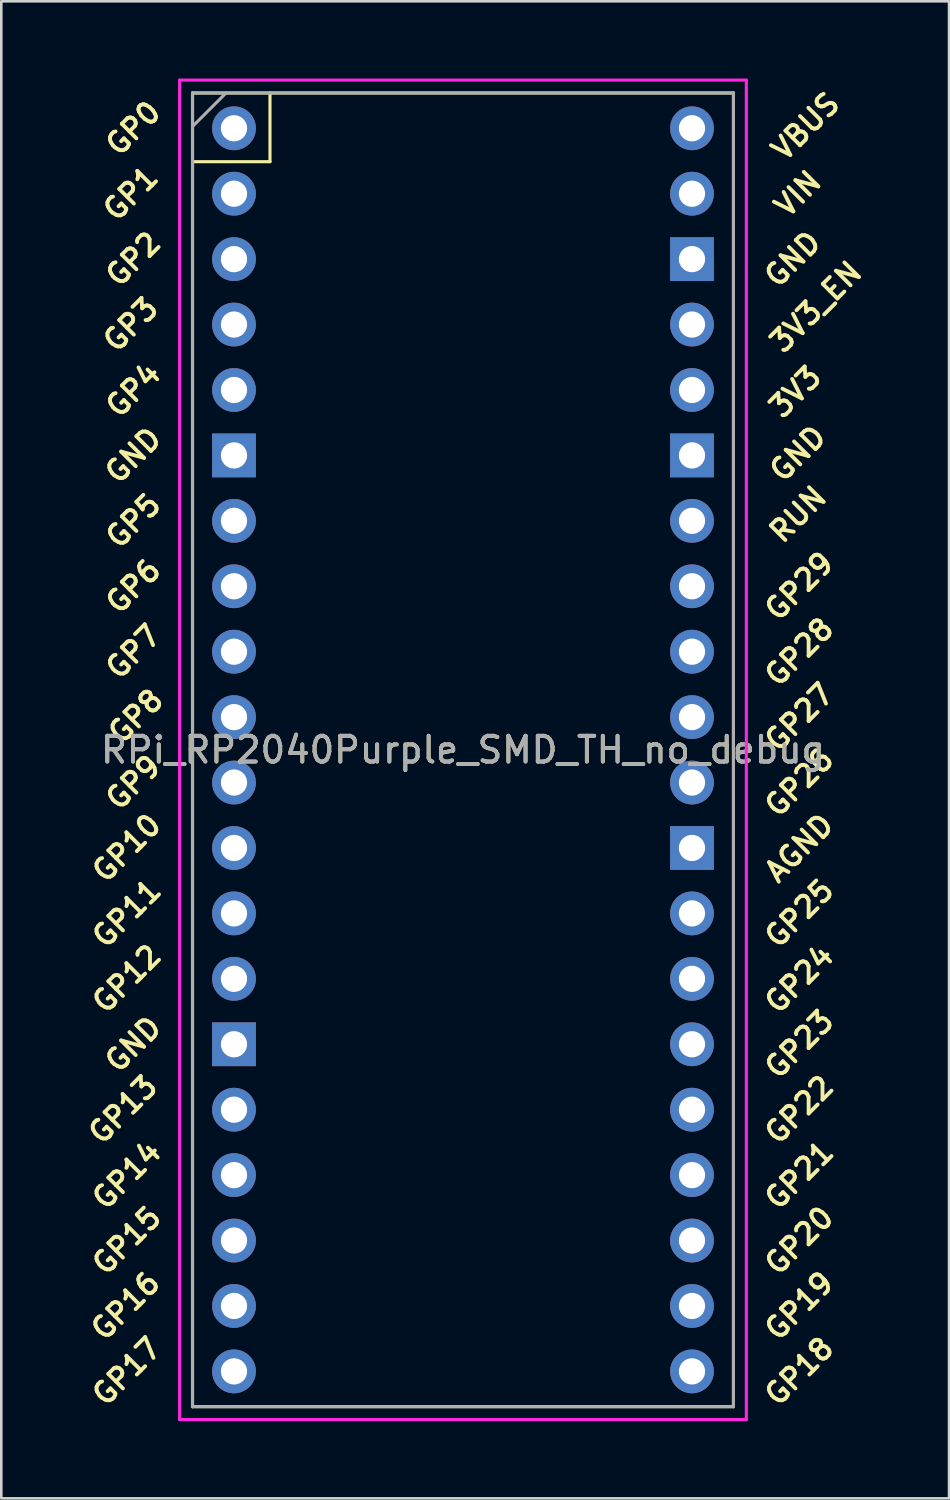
<source format=kicad_pcb>
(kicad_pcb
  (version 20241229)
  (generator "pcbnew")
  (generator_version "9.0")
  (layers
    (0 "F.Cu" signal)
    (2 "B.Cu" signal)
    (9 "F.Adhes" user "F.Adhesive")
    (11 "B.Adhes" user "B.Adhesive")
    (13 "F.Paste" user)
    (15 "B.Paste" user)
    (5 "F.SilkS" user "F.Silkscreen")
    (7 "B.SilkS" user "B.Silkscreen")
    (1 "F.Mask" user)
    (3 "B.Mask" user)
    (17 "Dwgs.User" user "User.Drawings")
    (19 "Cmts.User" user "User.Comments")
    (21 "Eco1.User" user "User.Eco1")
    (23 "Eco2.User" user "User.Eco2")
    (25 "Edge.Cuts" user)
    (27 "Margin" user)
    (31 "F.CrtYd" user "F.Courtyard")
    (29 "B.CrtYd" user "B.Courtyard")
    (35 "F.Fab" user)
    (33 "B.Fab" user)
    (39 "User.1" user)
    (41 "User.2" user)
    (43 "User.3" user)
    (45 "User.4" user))
  (footprint "RPi_RP2040Purple_SMD_TH_no_debug"
    (layer "F.Cu")
    (at 14.924 26.06)
    (property "Reference" "RPi_RP2040Purple_SMD_TH_no_debug" (at 0 0 0) (layer "F.SilkS") (effects (font (size 1 1) (thickness 0.15))))
    (attr through_hole)
    (fp_line (start -10.5 -25.5) (end -10.5 25.5) (stroke (width 0.12) (type solid)) (layer "F.SilkS"))
    (fp_line (start -10.5 -25.5) (end 10.5 -25.5) (stroke (width 0.12) (type solid)) (layer "F.SilkS"))
    (fp_line (start -10.5 -22.833) (end -7.493 -22.833) (stroke (width 0.12) (type solid)) (layer "F.SilkS"))
    (fp_line (start -7.493 -22.833) (end -7.493 -25.5) (stroke (width 0.12) (type solid)) (layer "F.SilkS"))
    (fp_line (start 10.5 -25.5) (end 10.5 25.5) (stroke (width 0.12) (type solid)) (layer "F.SilkS"))
    (fp_line (start 10.5 25.5) (end -10.5 25.5) (stroke (width 0.12) (type solid)) (layer "F.SilkS"))
    (fp_line (start -11 -26) (end 11 -26) (stroke (width 0.12) (type solid)) (layer "F.CrtYd"))
    (fp_line (start -11 26) (end -11 -26) (stroke (width 0.12) (type solid)) (layer "F.CrtYd"))
    (fp_line (start 11 -26) (end 11 26) (stroke (width 0.12) (type solid)) (layer "F.CrtYd"))
    (fp_line (start 11 26) (end -11 26) (stroke (width 0.12) (type solid)) (layer "F.CrtYd"))
    (fp_line (start -10.5 -25.5) (end 10.5 -25.5) (stroke (width 0.12) (type solid)) (layer "F.Fab"))
    (fp_line (start -10.5 -24.2) (end -9.2 -25.5) (stroke (width 0.12) (type solid)) (layer "F.Fab"))
    (fp_line (start -10.5 25.5) (end -10.5 -25.5) (stroke (width 0.12) (type solid)) (layer "F.Fab"))
    (fp_line (start 10.5 -25.5) (end 10.5 25.5) (stroke (width 0.12) (type solid)) (layer "F.Fab"))
    (fp_line (start 10.5 25.5) (end -10.5 25.5) (stroke (width 0.12) (type solid)) (layer "F.Fab"))
    (fp_text user "GP6" (at -12.8 -6.35 45) (layer "F.SilkS") (effects (font (size 0.8 0.8) (thickness 0.15))))
    (fp_text user "GP27" (at 13.054 -1.27 45) (layer "F.SilkS") (effects (font (size 0.8 0.8) (thickness 0.15))))
    (fp_text user "GP28" (at 13.054 -3.8 45) (layer "F.SilkS") (effects (font (size 0.8 0.8) (thickness 0.15))))
    (fp_text user "GP26" (at 13.054 1.27 45) (layer "F.SilkS") (effects (font (size 0.8 0.8) (thickness 0.15))))
    (fp_text user "GP21" (at 13.054 16.51 45) (layer "F.SilkS") (effects (font (size 0.8 0.8) (thickness 0.15))))
    (fp_text user "GP25" (at 13.054 6.35 45) (layer "F.SilkS") (effects (font (size 0.8 0.8) (thickness 0.15))))
    (fp_text user "GP16" (at -13.1 21.59 45) (layer "F.SilkS") (effects (font (size 0.8 0.8) (thickness 0.15))))
    (fp_text user "GP8" (at -12.7 -1.3 45) (layer "F.SilkS") (effects (font (size 0.8 0.8) (thickness 0.15))))
    (fp_text user "GND" (at -12.8 -11.43 45) (layer "F.SilkS") (effects (font (size 0.8 0.8) (thickness 0.15))))
    (fp_text user "GP20" (at 13.054 19.05 45) (layer "F.SilkS") (effects (font (size 0.8 0.8) (thickness 0.15))))
    (fp_text user "GND" (at 13 -11.5 45) (layer "F.SilkS") (effects (font (size 0.8 0.8) (thickness 0.15))))
    (fp_text user "GP2" (at -12.8 -19.05 45) (layer "F.SilkS") (effects (font (size 0.8 0.8) (thickness 0.15))))
    (fp_text user "GP10" (at -13.054 3.81 45) (layer "F.SilkS") (effects (font (size 0.8 0.8) (thickness 0.15))))
    (fp_text user "GP9" (at -12.8 1.27 45) (layer "F.SilkS") (effects (font (size 0.8 0.8) (thickness 0.15))))
    (fp_text user "GP3" (at -12.9 -16.51 45) (layer "F.SilkS") (effects (font (size 0.8 0.8) (thickness 0.15))))
    (fp_text user "GP22" (at 13.054 13.97 45) (layer "F.SilkS") (effects (font (size 0.8 0.8) (thickness 0.15))))
    (fp_text user "GP1" (at -12.9 -21.6 45) (layer "F.SilkS") (effects (font (size 0.8 0.8) (thickness 0.15))))
    (fp_text user "GP4" (at -12.8 -13.97 45) (layer "F.SilkS") (effects (font (size 0.8 0.8) (thickness 0.15))))
    (fp_text user "GP15" (at -13.054 19.05 45) (layer "F.SilkS") (effects (font (size 0.8 0.8) (thickness 0.15))))
    (fp_text user "RUN" (at 13 -9.144 45) (layer "F.SilkS") (effects (font (size 0.8 0.8) (thickness 0.15))))
    (fp_text user "VIN" (at 13 -21.59 45) (layer "F.SilkS") (effects (font (size 0.8 0.8) (thickness 0.15))))
    (fp_text user "GP24" (at 13.054 8.9 45) (layer "F.SilkS") (effects (font (size 0.8 0.8) (thickness 0.15))))
    (fp_text user "VBUS" (at 13.3 -24.2 45) (layer "F.SilkS") (effects (font (size 0.8 0.8) (thickness 0.15))))
    (fp_text user "AGND" (at 13.054 3.81 45) (layer "F.SilkS") (effects (font (size 0.8 0.8) (thickness 0.15))))
    (fp_text user "3V3_EN" (at 13.7 -17.2 45) (layer "F.SilkS") (effects (font (size 0.8 0.8) (thickness 0.15))))
    (fp_text user "GP23" (at 13.054 11.43 45) (layer "F.SilkS") (effects (font (size 0.8 0.8) (thickness 0.15))))
    (fp_text user "GP0" (at -12.8 -24.13 45) (layer "F.SilkS") (effects (font (size 0.8 0.8) (thickness 0.15))))
    (fp_text user "GP14" (at -13.054 16.51 45) (layer "F.SilkS") (effects (font (size 0.8 0.8) (thickness 0.15))))
    (fp_text user "GND" (at -12.8 11.43 45) (layer "F.SilkS") (effects (font (size 0.8 0.8) (thickness 0.15))))
    (fp_text user "3V3" (at 12.9 -13.9 45) (layer "F.SilkS") (effects (font (size 0.8 0.8) (thickness 0.15))))
    (fp_text user "GP13" (at -13.2 13.97 45) (layer "F.SilkS") (effects (font (size 0.8 0.8) (thickness 0.15))))
    (fp_text user "GND" (at 12.8 -19.05 45) (layer "F.SilkS") (effects (font (size 0.8 0.8) (thickness 0.15))))
    (fp_text user "GP7" (at -12.8 -3.81 45) (layer "F.SilkS") (effects (font (size 0.8 0.8) (thickness 0.15))))
    (fp_text user "GP12" (at -13.054 8.89 45) (layer "F.SilkS") (effects (font (size 0.8 0.8) (thickness 0.15))))
    (fp_text user "GP19" (at 13.054 21.59 45) (layer "F.SilkS") (effects (font (size 0.8 0.8) (thickness 0.15))))
    (fp_text user "GP5" (at -12.8 -8.89 45) (layer "F.SilkS") (effects (font (size 0.8 0.8) (thickness 0.15))))
    (fp_text user "GP29" (at 13.054 -6.35 45) (layer "F.SilkS") (effects (font (size 0.8 0.8) (thickness 0.15))))
    (fp_text user "GP11" (at -13.054 6.35 45) (layer "F.SilkS") (effects (font (size 0.8 0.8) (thickness 0.15))))
    (fp_text user "GP18" (at 13.054 24.13 45) (layer "F.SilkS") (effects (font (size 0.8 0.8) (thickness 0.15))))
    (fp_text user "GP17" (at -13.054 24.13 45) (layer "F.SilkS") (effects (font (size 0.8 0.8) (thickness 0.15))))
    (fp_text user "${REFERENCE}" (at 0 0 180) (layer "F.Fab") (effects (font (size 1 1) (thickness 0.15))))
    (pad "1" thru_hole oval (at -8.89 -24.13) (size 1.7 1.7) (drill 1.02) (layers "*.Cu" "*.Mask"))
    (pad "2" thru_hole oval (at -8.89 -21.59) (size 1.7 1.7) (drill 1.02) (layers "*.Cu" "*.Mask"))
    (pad "3" thru_hole oval (at -8.89 -19.05) (size 1.7 1.7) (drill 1.02) (layers "*.Cu" "*.Mask"))
    (pad "4" thru_hole oval (at -8.89 -16.51) (size 1.7 1.7) (drill 1.02) (layers "*.Cu" "*.Mask"))
    (pad "5" thru_hole oval (at -8.89 -13.97) (size 1.7 1.7) (drill 1.02) (layers "*.Cu" "*.Mask"))
    (pad "6" thru_hole rect (at -8.89 -11.43) (size 1.7 1.7) (drill 1.02) (layers "*.Cu" "*.Mask"))
    (pad "7" thru_hole oval (at -8.89 -8.89) (size 1.7 1.7) (drill 1.02) (layers "*.Cu" "*.Mask"))
    (pad "8" thru_hole oval (at -8.89 -6.35) (size 1.7 1.7) (drill 1.02) (layers "*.Cu" "*.Mask"))
    (pad "9" thru_hole oval (at -8.89 -3.81) (size 1.7 1.7) (drill 1.02) (layers "*.Cu" "*.Mask"))
    (pad "10" thru_hole oval (at -8.89 -1.27) (size 1.7 1.7) (drill 1.02) (layers "*.Cu" "*.Mask"))
    (pad "11" thru_hole oval (at -8.89 1.27) (size 1.7 1.7) (drill 1.02) (layers "*.Cu" "*.Mask"))
    (pad "12" thru_hole oval (at -8.89 3.81) (size 1.7 1.7) (drill 1.02) (layers "*.Cu" "*.Mask"))
    (pad "13" thru_hole oval (at -8.89 6.35) (size 1.7 1.7) (drill 1.02) (layers "*.Cu" "*.Mask"))
    (pad "14" thru_hole oval (at -8.89 8.89) (size 1.7 1.7) (drill 1.02) (layers "*.Cu" "*.Mask"))
    (pad "15" thru_hole rect (at -8.89 11.43) (size 1.7 1.7) (drill 1.02) (layers "*.Cu" "*.Mask"))
    (pad "16" thru_hole oval (at -8.89 13.97) (size 1.7 1.7) (drill 1.02) (layers "*.Cu" "*.Mask"))
    (pad "17" thru_hole oval (at -8.89 16.51) (size 1.7 1.7) (drill 1.02) (layers "*.Cu" "*.Mask"))
    (pad "18" thru_hole oval (at -8.89 19.05) (size 1.7 1.7) (drill 1.02) (layers "*.Cu" "*.Mask"))
    (pad "19" thru_hole oval (at -8.89 21.59) (size 1.7 1.7) (drill 1.02) (layers "*.Cu" "*.Mask"))
    (pad "20" thru_hole oval (at -8.89 24.13) (size 1.7 1.7) (drill 1.02) (layers "*.Cu" "*.Mask"))
    (pad "21" thru_hole oval (at 8.89 24.13) (size 1.7 1.7) (drill 1.02) (layers "*.Cu" "*.Mask"))
    (pad "22" thru_hole oval (at 8.89 21.59) (size 1.7 1.7) (drill 1.02) (layers "*.Cu" "*.Mask"))
    (pad "23" thru_hole oval (at 8.89 19.05) (size 1.7 1.7) (drill 1.02) (layers "*.Cu" "*.Mask"))
    (pad "24" thru_hole oval (at 8.89 16.51) (size 1.7 1.7) (drill 1.02) (layers "*.Cu" "*.Mask"))
    (pad "25" thru_hole oval (at 8.89 13.97) (size 1.7 1.7) (drill 1.02) (layers "*.Cu" "*.Mask"))
    (pad "26" thru_hole oval (at 8.89 11.43) (size 1.7 1.7) (drill 1.02) (layers "*.Cu" "*.Mask"))
    (pad "27" thru_hole oval (at 8.89 8.89) (size 1.7 1.7) (drill 1.02) (layers "*.Cu" "*.Mask"))
    (pad "28" thru_hole oval (at 8.89 6.35) (size 1.7 1.7) (drill 1.02) (layers "*.Cu" "*.Mask"))
    (pad "29" thru_hole rect (at 8.89 3.81) (size 1.7 1.7) (drill 1.02) (layers "*.Cu" "*.Mask"))
    (pad "30" thru_hole oval (at 8.89 1.27) (size 1.7 1.7) (drill 1.02) (layers "*.Cu" "*.Mask"))
    (pad "31" thru_hole oval (at 8.89 -1.27) (size 1.7 1.7) (drill 1.02) (layers "*.Cu" "*.Mask"))
    (pad "32" thru_hole oval (at 8.89 -3.81) (size 1.7 1.7) (drill 1.02) (layers "*.Cu" "*.Mask"))
    (pad "33" thru_hole oval (at 8.89 -6.35) (size 1.7 1.7) (drill 1.02) (layers "*.Cu" "*.Mask"))
    (pad "34" thru_hole oval (at 8.89 -8.89) (size 1.7 1.7) (drill 1.02) (layers "*.Cu" "*.Mask"))
    (pad "35" thru_hole rect (at 8.89 -11.43) (size 1.7 1.7) (drill 1.02) (layers "*.Cu" "*.Mask"))
    (pad "36" thru_hole oval (at 8.89 -13.97) (size 1.7 1.7) (drill 1.02) (layers "*.Cu" "*.Mask"))
    (pad "37" thru_hole oval (at 8.89 -16.51) (size 1.7 1.7) (drill 1.02) (layers "*.Cu" "*.Mask"))
    (pad "38" thru_hole rect (at 8.89 -19.05) (size 1.7 1.7) (drill 1.02) (layers "*.Cu" "*.Mask"))
    (pad "39" thru_hole oval (at 8.89 -21.59) (size 1.7 1.7) (drill 1.02) (layers "*.Cu" "*.Mask"))
    (pad "40" thru_hole oval (at 8.89 -24.13) (size 1.7 1.7) (drill 1.02) (layers "*.Cu" "*.Mask")))
  (gr_rect
    (start -3 -3)
    (end 33.793 55.12)
    (stroke (width 0.1) (type default))
    (fill no)
    (layer "Edge.Cuts")))
</source>
